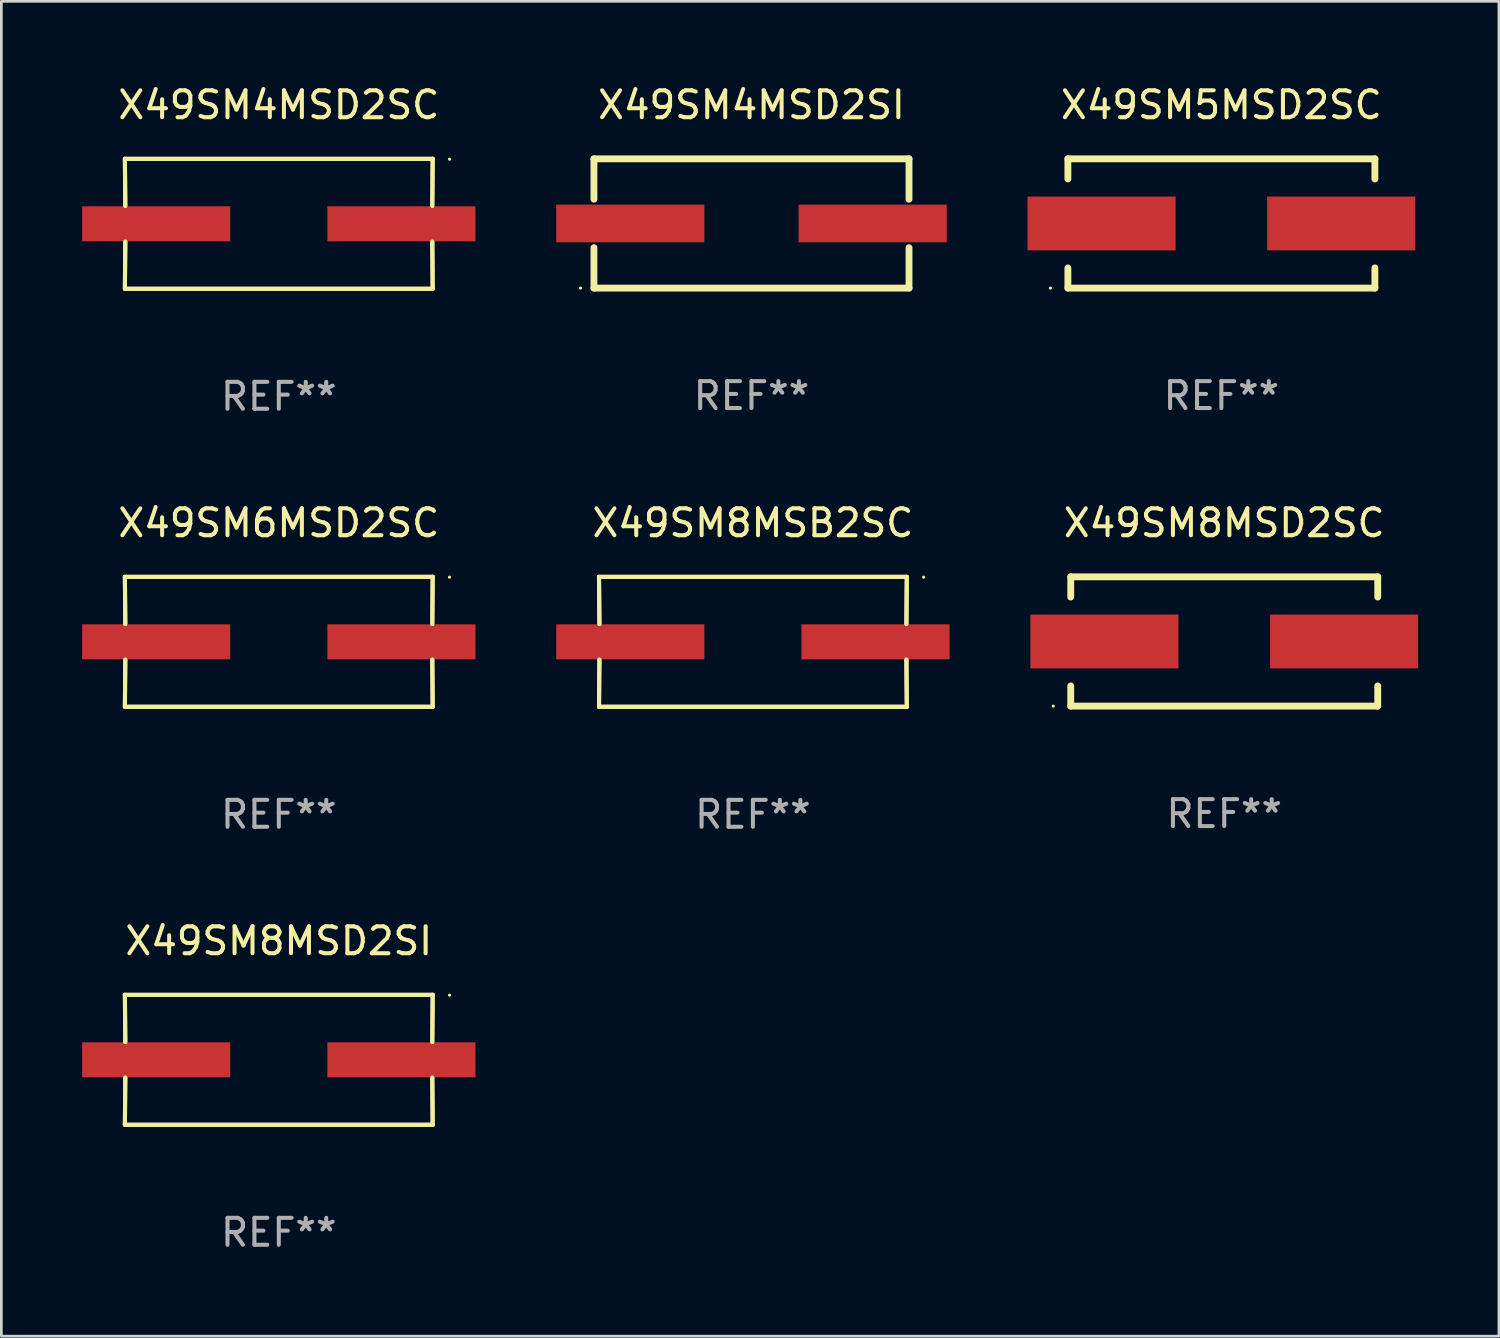
<source format=kicad_pcb>
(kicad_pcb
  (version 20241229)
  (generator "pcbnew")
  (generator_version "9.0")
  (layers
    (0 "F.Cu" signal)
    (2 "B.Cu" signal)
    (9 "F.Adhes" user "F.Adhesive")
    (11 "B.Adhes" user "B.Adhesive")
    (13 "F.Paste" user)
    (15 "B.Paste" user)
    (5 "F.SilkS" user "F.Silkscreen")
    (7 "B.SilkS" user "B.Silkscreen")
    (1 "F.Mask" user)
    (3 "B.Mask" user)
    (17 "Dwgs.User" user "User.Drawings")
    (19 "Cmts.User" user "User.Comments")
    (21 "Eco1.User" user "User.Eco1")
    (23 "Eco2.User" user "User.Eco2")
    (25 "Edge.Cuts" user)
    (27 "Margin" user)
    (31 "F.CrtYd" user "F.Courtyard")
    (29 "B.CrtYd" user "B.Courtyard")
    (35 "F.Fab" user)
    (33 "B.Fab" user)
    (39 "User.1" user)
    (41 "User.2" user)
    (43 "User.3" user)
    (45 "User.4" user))
  (footprint "X49SM4MSD2SI"
    (layer "F.Cu")
    (at 24.856 5.248)
    (property "Reference" "X49SM4MSD2SI" (at 0 -4.4 0) (layer "F.SilkS") (effects (font (size 1 1) (thickness 0.15))))
    (attr through_hole)
    (fp_line (start -5.85 -2.4) (end 5.85 -2.4) (stroke (width 0.254) (type solid)) (layer "F.SilkS"))
    (fp_line (start -5.85 -2.4) (end -5.85 -0.9) (stroke (width 0.254) (type solid)) (layer "F.SilkS"))
    (fp_line (start -5.85 2.4) (end 5.85 2.4) (stroke (width 0.254) (type solid)) (layer "F.SilkS"))
    (fp_line (start -5.85 0.9) (end -5.85 2.4) (stroke (width 0.254) (type solid)) (layer "F.SilkS"))
    (fp_line (start 5.85 -2.4) (end 5.85 -0.9) (stroke (width 0.254) (type solid)) (layer "F.SilkS"))
    (fp_line (start 5.85 0.9) (end 5.85 2.4) (stroke (width 0.254) (type solid)) (layer "F.SilkS"))
    (fp_circle (center -6.35 2.4) (end -6.32 2.4) (stroke (width 0.06) (type solid)) (fill no) (layer "F.SilkS"))
    (fp_text user "REF**" (at 0 6.4 0) (layer "F.Fab") (effects (font (size 1 1) (thickness 0.15))))
    (pad "1" smd rect (at -4.5 -0.000025) (size 5.5 1.4) (layers "F.Cu" "F.Mask" "F.Paste"))
    (pad "2" smd rect (at 4.5 -0.000025) (size 5.5 1.4) (layers "F.Cu" "F.Mask" "F.Paste")))
  (footprint "X49SM8MSD2SI"
    (layer "F.Cu")
    (at 7.303 36.306)
    (property "Reference" "X49SM8MSD2SI" (at 0 -4.413 0) (layer "F.SilkS") (effects (font (size 1 1) (thickness 0.15))))
    (attr through_hole)
    (fp_line (start -5.715 -2.413) (end -5.7 -0.662) (stroke (width 0.152) (type solid)) (layer "F.SilkS"))
    (fp_line (start -5.715 -2.413) (end -5.7 -0.662) (stroke (width 0.152) (type solid)) (layer "F.SilkS"))
    (fp_line (start -5.715 2.413) (end 5.715 2.413) (stroke (width 0.152) (type solid)) (layer "F.SilkS"))
    (fp_line (start -5.715 2.413) (end 5.715 2.413) (stroke (width 0.152) (type solid)) (layer "F.SilkS"))
    (fp_line (start -5.7 0.662) (end -5.715 2.413) (stroke (width 0.152) (type solid)) (layer "F.SilkS"))
    (fp_line (start -5.7 0.662) (end -5.715 2.413) (stroke (width 0.152) (type solid)) (layer "F.SilkS"))
    (fp_line (start 5.7 -0.662) (end 5.715 -2.413) (stroke (width 0.152) (type solid)) (layer "F.SilkS"))
    (fp_line (start 5.7 -0.662) (end 5.715 -2.413) (stroke (width 0.152) (type solid)) (layer "F.SilkS"))
    (fp_line (start 5.715 -2.413) (end -5.715 -2.413) (stroke (width 0.152) (type solid)) (layer "F.SilkS"))
    (fp_line (start 5.715 -2.413) (end -5.715 -2.413) (stroke (width 0.152) (type solid)) (layer "F.SilkS"))
    (fp_line (start 5.715 2.413) (end 5.7 0.662) (stroke (width 0.152) (type solid)) (layer "F.SilkS"))
    (fp_line (start 5.715 2.413) (end 5.7 0.662) (stroke (width 0.152) (type solid)) (layer "F.SilkS"))
    (fp_circle (center 6.34 -2.4) (end 6.37 -2.4) (stroke (width 0.06) (type solid)) (fill no) (layer "F.SilkS"))
    (fp_text user "REF**" (at 0 6.413 0) (layer "F.Fab") (effects (font (size 1 1) (thickness 0.15))))
    (pad "1" smd rect (at 4.553 0) (size 5.5 1.3) (layers "F.Cu" "F.Mask" "F.Paste"))
    (pad "2" smd rect (at -4.553 0) (size 5.5 1.3) (layers "F.Cu" "F.Mask" "F.Paste")))
  (footprint "X49SM6MSD2SC"
    (layer "F.Cu")
    (at 7.303 20.784)
    (property "Reference" "X49SM6MSD2SC" (at 0 -4.413 0) (layer "F.SilkS") (effects (font (size 1 1) (thickness 0.15))))
    (attr through_hole)
    (fp_line (start -5.715 -2.413) (end -5.7 -0.662) (stroke (width 0.152) (type solid)) (layer "F.SilkS"))
    (fp_line (start -5.715 -2.413) (end -5.7 -0.662) (stroke (width 0.152) (type solid)) (layer "F.SilkS"))
    (fp_line (start -5.715 2.413) (end 5.715 2.413) (stroke (width 0.152) (type solid)) (layer "F.SilkS"))
    (fp_line (start -5.715 2.413) (end 5.715 2.413) (stroke (width 0.152) (type solid)) (layer "F.SilkS"))
    (fp_line (start -5.7 0.662) (end -5.715 2.413) (stroke (width 0.152) (type solid)) (layer "F.SilkS"))
    (fp_line (start -5.7 0.662) (end -5.715 2.413) (stroke (width 0.152) (type solid)) (layer "F.SilkS"))
    (fp_line (start 5.7 -0.662) (end 5.715 -2.413) (stroke (width 0.152) (type solid)) (layer "F.SilkS"))
    (fp_line (start 5.7 -0.662) (end 5.715 -2.413) (stroke (width 0.152) (type solid)) (layer "F.SilkS"))
    (fp_line (start 5.715 -2.413) (end -5.715 -2.413) (stroke (width 0.152) (type solid)) (layer "F.SilkS"))
    (fp_line (start 5.715 -2.413) (end -5.715 -2.413) (stroke (width 0.152) (type solid)) (layer "F.SilkS"))
    (fp_line (start 5.715 2.413) (end 5.7 0.662) (stroke (width 0.152) (type solid)) (layer "F.SilkS"))
    (fp_line (start 5.715 2.413) (end 5.7 0.662) (stroke (width 0.152) (type solid)) (layer "F.SilkS"))
    (fp_circle (center 6.34 -2.4) (end 6.37 -2.4) (stroke (width 0.06) (type solid)) (fill no) (layer "F.SilkS"))
    (fp_text user "REF**" (at 0 6.413 0) (layer "F.Fab") (effects (font (size 1 1) (thickness 0.15))))
    (pad "1" smd rect (at 4.553 0) (size 5.5 1.3) (layers "F.Cu" "F.Mask" "F.Paste"))
    (pad "2" smd rect (at -4.553 0) (size 5.5 1.3) (layers "F.Cu" "F.Mask" "F.Paste")))
  (footprint "X49SM8MSB2SC"
    (layer "F.Cu")
    (at 24.909 20.784)
    (property "Reference" "X49SM8MSB2SC" (at 0 -4.413 0) (layer "F.SilkS") (effects (font (size 1 1) (thickness 0.15))))
    (attr through_hole)
    (fp_line (start -5.715 -2.413) (end -5.7 -0.662) (stroke (width 0.152) (type solid)) (layer "F.SilkS"))
    (fp_line (start -5.715 -2.413) (end -5.7 -0.662) (stroke (width 0.152) (type solid)) (layer "F.SilkS"))
    (fp_line (start -5.715 2.413) (end 5.715 2.413) (stroke (width 0.152) (type solid)) (layer "F.SilkS"))
    (fp_line (start -5.715 2.413) (end 5.715 2.413) (stroke (width 0.152) (type solid)) (layer "F.SilkS"))
    (fp_line (start -5.7 0.662) (end -5.715 2.413) (stroke (width 0.152) (type solid)) (layer "F.SilkS"))
    (fp_line (start -5.7 0.662) (end -5.715 2.413) (stroke (width 0.152) (type solid)) (layer "F.SilkS"))
    (fp_line (start 5.7 -0.662) (end 5.715 -2.413) (stroke (width 0.152) (type solid)) (layer "F.SilkS"))
    (fp_line (start 5.7 -0.662) (end 5.715 -2.413) (stroke (width 0.152) (type solid)) (layer "F.SilkS"))
    (fp_line (start 5.715 -2.413) (end -5.715 -2.413) (stroke (width 0.152) (type solid)) (layer "F.SilkS"))
    (fp_line (start 5.715 -2.413) (end -5.715 -2.413) (stroke (width 0.152) (type solid)) (layer "F.SilkS"))
    (fp_line (start 5.715 2.413) (end 5.7 0.662) (stroke (width 0.152) (type solid)) (layer "F.SilkS"))
    (fp_line (start 5.715 2.413) (end 5.7 0.662) (stroke (width 0.152) (type solid)) (layer "F.SilkS"))
    (fp_circle (center 6.34 -2.4) (end 6.37 -2.4) (stroke (width 0.06) (type solid)) (fill no) (layer "F.SilkS"))
    (fp_text user "REF**" (at 0 6.413 0) (layer "F.Fab") (effects (font (size 1 1) (thickness 0.15))))
    (pad "1" smd rect (at 4.553 0) (size 5.5 1.3) (layers "F.Cu" "F.Mask" "F.Paste"))
    (pad "2" smd rect (at -4.553 0) (size 5.5 1.3) (layers "F.Cu" "F.Mask" "F.Paste")))
  (footprint "X49SM8MSD2SC"
    (layer "F.Cu")
    (at 42.412 20.771)
    (property "Reference" "X49SM8MSD2SC" (at 0 -4.4 0) (layer "F.SilkS") (effects (font (size 1 1) (thickness 0.15))))
    (attr through_hole)
    (fp_line (start -5.7 -2.4) (end -5.7 -1.65) (stroke (width 0.254) (type solid)) (layer "F.SilkS"))
    (fp_line (start -5.7 2.4) (end -5.7 1.65) (stroke (width 0.254) (type solid)) (layer "F.SilkS"))
    (fp_line (start 5.7 -2.4) (end -5.7 -2.4) (stroke (width 0.254) (type solid)) (layer "F.SilkS"))
    (fp_line (start 5.7 -1.65) (end 5.7 -2.4) (stroke (width 0.254) (type solid)) (layer "F.SilkS"))
    (fp_line (start 5.7 1.65) (end 5.7 2.4) (stroke (width 0.254) (type solid)) (layer "F.SilkS"))
    (fp_line (start 5.7 2.4) (end -5.7 2.4) (stroke (width 0.254) (type solid)) (layer "F.SilkS"))
    (fp_circle (center -6.35 2.4) (end -6.32 2.4) (stroke (width 0.06) (type solid)) (fill no) (layer "F.SilkS"))
    (fp_text user "REF**" (at 0 6.4 0) (layer "F.Fab") (effects (font (size 1 1) (thickness 0.15))))
    (pad "1" smd rect (at -4.45 0.000064) (size 5.5 2) (layers "F.Cu" "F.Mask" "F.Paste"))
    (pad "2" smd rect (at 4.45 0.000064) (size 5.5 2) (layers "F.Cu" "F.Mask" "F.Paste")))
  (footprint "X49SM5MSD2SC"
    (layer "F.Cu")
    (at 42.306 5.248)
    (property "Reference" "X49SM5MSD2SC" (at 0 -4.4 0) (layer "F.SilkS") (effects (font (size 1 1) (thickness 0.15))))
    (attr through_hole)
    (fp_line (start -5.7 -2.4) (end -5.7 -1.65) (stroke (width 0.254) (type solid)) (layer "F.SilkS"))
    (fp_line (start -5.7 2.4) (end -5.7 1.65) (stroke (width 0.254) (type solid)) (layer "F.SilkS"))
    (fp_line (start 5.7 -2.4) (end -5.7 -2.4) (stroke (width 0.254) (type solid)) (layer "F.SilkS"))
    (fp_line (start 5.7 -1.65) (end 5.7 -2.4) (stroke (width 0.254) (type solid)) (layer "F.SilkS"))
    (fp_line (start 5.7 1.65) (end 5.7 2.4) (stroke (width 0.254) (type solid)) (layer "F.SilkS"))
    (fp_line (start 5.7 2.4) (end -5.7 2.4) (stroke (width 0.254) (type solid)) (layer "F.SilkS"))
    (fp_circle (center -6.35 2.4) (end -6.32 2.4) (stroke (width 0.06) (type solid)) (fill no) (layer "F.SilkS"))
    (fp_text user "REF**" (at 0 6.4 0) (layer "F.Fab") (effects (font (size 1 1) (thickness 0.15))))
    (pad "1" smd rect (at -4.45 0.000064) (size 5.5 2) (layers "F.Cu" "F.Mask" "F.Paste"))
    (pad "2" smd rect (at 4.45 0.000064) (size 5.5 2) (layers "F.Cu" "F.Mask" "F.Paste")))
  (footprint "X49SM4MSD2SC"
    (layer "F.Cu")
    (at 7.303 5.261)
    (property "Reference" "X49SM4MSD2SC" (at 0 -4.413 0) (layer "F.SilkS") (effects (font (size 1 1) (thickness 0.15))))
    (attr through_hole)
    (fp_line (start -5.715 -2.413) (end -5.7 -0.662) (stroke (width 0.152) (type solid)) (layer "F.SilkS"))
    (fp_line (start -5.715 -2.413) (end -5.7 -0.662) (stroke (width 0.152) (type solid)) (layer "F.SilkS"))
    (fp_line (start -5.715 2.413) (end 5.715 2.413) (stroke (width 0.152) (type solid)) (layer "F.SilkS"))
    (fp_line (start -5.715 2.413) (end 5.715 2.413) (stroke (width 0.152) (type solid)) (layer "F.SilkS"))
    (fp_line (start -5.7 0.662) (end -5.715 2.413) (stroke (width 0.152) (type solid)) (layer "F.SilkS"))
    (fp_line (start -5.7 0.662) (end -5.715 2.413) (stroke (width 0.152) (type solid)) (layer "F.SilkS"))
    (fp_line (start 5.7 -0.662) (end 5.715 -2.413) (stroke (width 0.152) (type solid)) (layer "F.SilkS"))
    (fp_line (start 5.7 -0.662) (end 5.715 -2.413) (stroke (width 0.152) (type solid)) (layer "F.SilkS"))
    (fp_line (start 5.715 -2.413) (end -5.715 -2.413) (stroke (width 0.152) (type solid)) (layer "F.SilkS"))
    (fp_line (start 5.715 -2.413) (end -5.715 -2.413) (stroke (width 0.152) (type solid)) (layer "F.SilkS"))
    (fp_line (start 5.715 2.413) (end 5.7 0.662) (stroke (width 0.152) (type solid)) (layer "F.SilkS"))
    (fp_line (start 5.715 2.413) (end 5.7 0.662) (stroke (width 0.152) (type solid)) (layer "F.SilkS"))
    (fp_circle (center 6.34 -2.4) (end 6.37 -2.4) (stroke (width 0.06) (type solid)) (fill no) (layer "F.SilkS"))
    (fp_text user "REF**" (at 0 6.413 0) (layer "F.Fab") (effects (font (size 1 1) (thickness 0.15))))
    (pad "1" smd rect (at 4.553 0) (size 5.5 1.3) (layers "F.Cu" "F.Mask" "F.Paste"))
    (pad "2" smd rect (at -4.553 0) (size 5.5 1.3) (layers "F.Cu" "F.Mask" "F.Paste")))
  (gr_rect
    (start -3 -3)
    (end 52.612 46.568)
    (stroke (width 0.1) (type default))
    (fill no)
    (layer "Edge.Cuts")))
</source>
